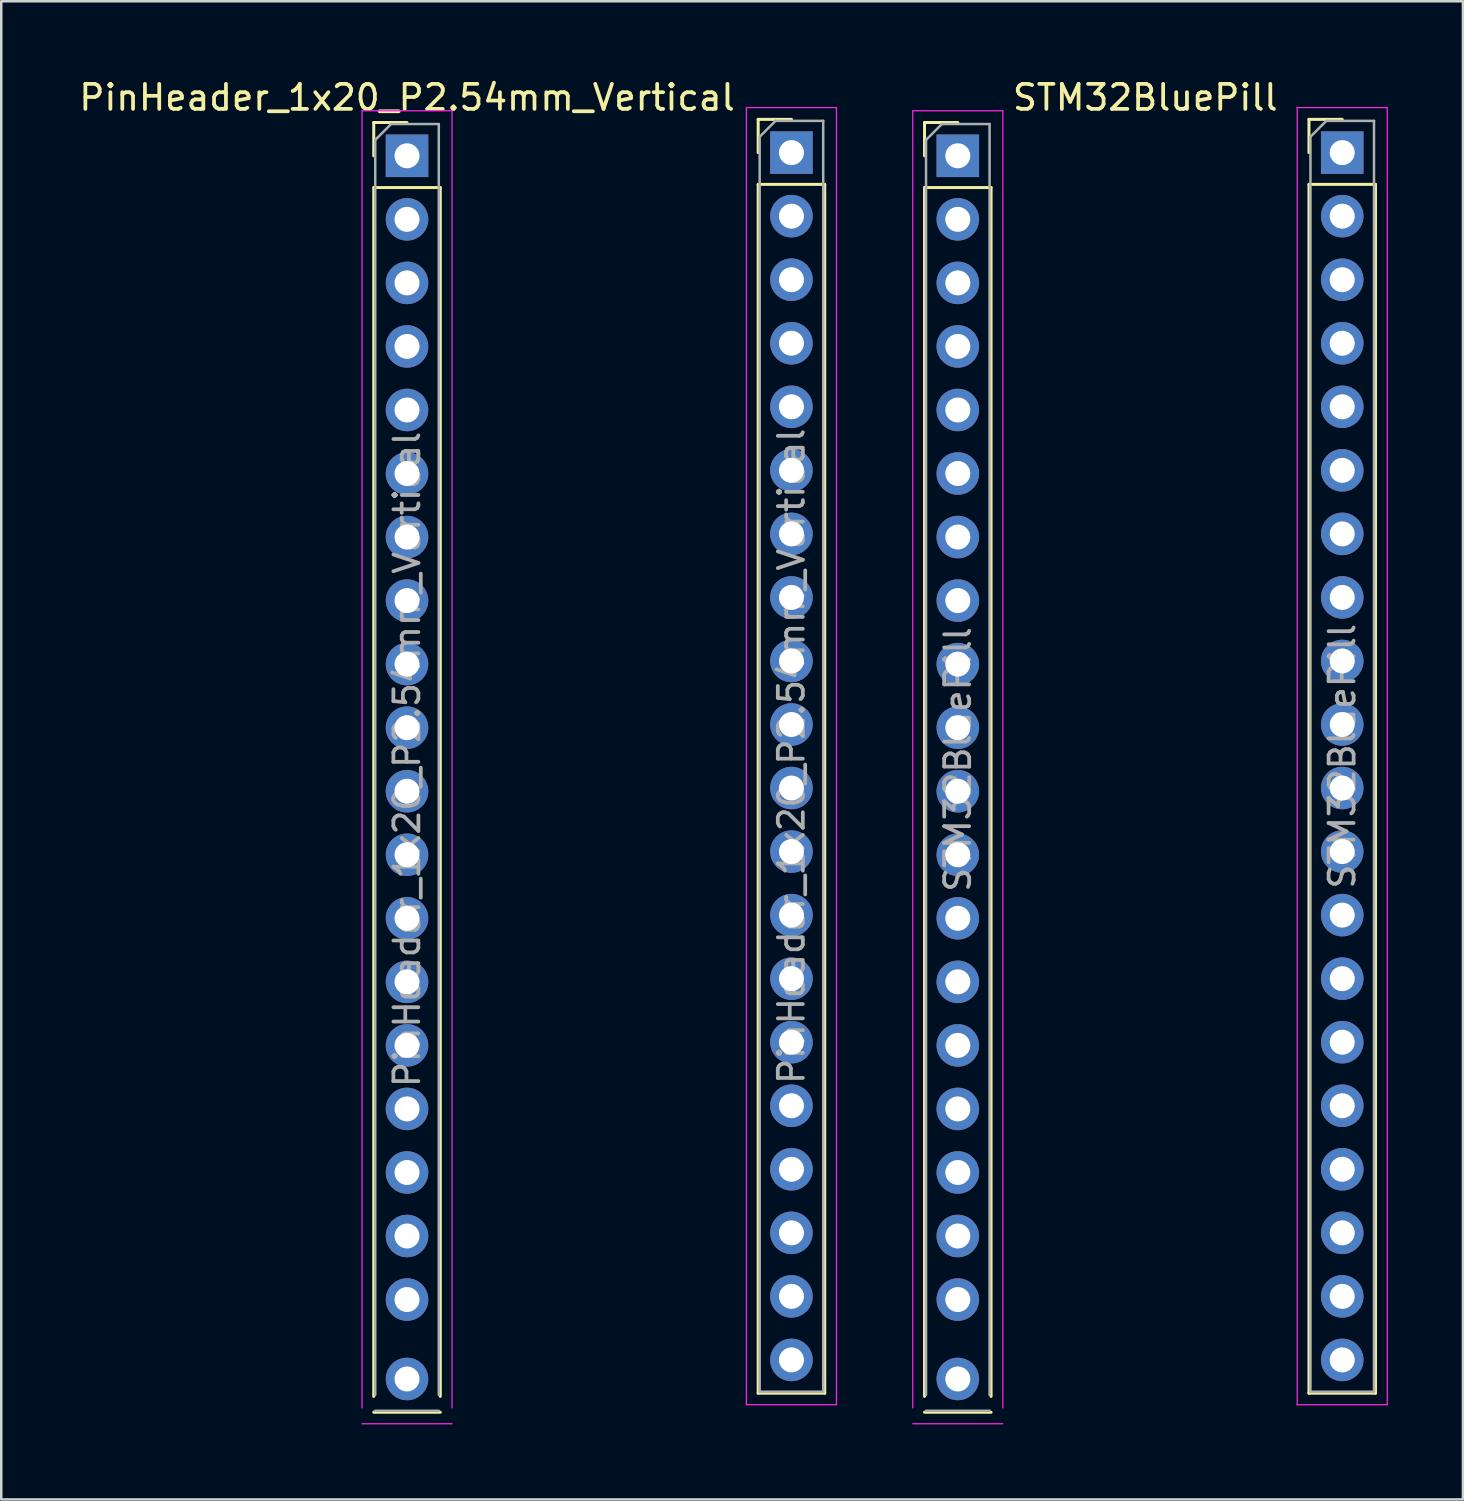
<source format=kicad_pcb>
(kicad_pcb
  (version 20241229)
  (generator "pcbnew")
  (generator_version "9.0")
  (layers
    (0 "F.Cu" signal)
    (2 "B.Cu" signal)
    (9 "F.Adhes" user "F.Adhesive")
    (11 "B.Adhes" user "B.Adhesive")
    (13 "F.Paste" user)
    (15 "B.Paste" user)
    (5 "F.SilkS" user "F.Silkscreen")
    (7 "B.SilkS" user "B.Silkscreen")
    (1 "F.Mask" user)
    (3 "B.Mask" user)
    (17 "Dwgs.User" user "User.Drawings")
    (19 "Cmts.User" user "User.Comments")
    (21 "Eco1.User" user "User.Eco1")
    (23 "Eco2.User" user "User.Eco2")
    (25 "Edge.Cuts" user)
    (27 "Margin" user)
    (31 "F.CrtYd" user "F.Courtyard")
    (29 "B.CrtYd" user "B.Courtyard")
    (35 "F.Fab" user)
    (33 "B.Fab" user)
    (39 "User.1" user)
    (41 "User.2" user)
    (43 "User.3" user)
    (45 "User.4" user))
  (footprint "PinHeader_1x20_P2.54mm_Vertical"
    (layer "F.Cu")
    (at 20.713 25.911)
    (property "Reference" "PinHeader_1x20_P2.54mm_Vertical" (at -7.493 -25.063 0) (layer "F.SilkS") (effects (font (size 1 1) (thickness 0.15))))
    (attr through_hole)
    (fp_line (start -8.823 -24.063) (end -7.493 -24.063) (stroke (width 0.12) (type solid)) (layer "F.SilkS"))
    (fp_line (start -8.823 -22.733) (end -8.823 -24.063) (stroke (width 0.12) (type solid)) (layer "F.SilkS"))
    (fp_line (start -8.823 -21.463) (end -8.823 26.857) (stroke (width 0.12) (type solid)) (layer "F.SilkS"))
    (fp_line (start -8.823 -21.463) (end -6.163 -21.463) (stroke (width 0.12) (type solid)) (layer "F.SilkS"))
    (fp_line (start -8.823 27.492) (end -6.163 27.492) (stroke (width 0.12) (type solid)) (layer "F.SilkS"))
    (fp_line (start -6.163 -21.463) (end -6.163 26.857) (stroke (width 0.12) (type solid)) (layer "F.SilkS"))
    (fp_line (start 6.544 -24.19) (end 7.874 -24.19) (stroke (width 0.12) (type solid)) (layer "F.SilkS"))
    (fp_line (start 6.544 -22.86) (end 6.544 -24.19) (stroke (width 0.12) (type solid)) (layer "F.SilkS"))
    (fp_line (start 6.544 -21.59) (end 6.544 26.73) (stroke (width 0.12) (type solid)) (layer "F.SilkS"))
    (fp_line (start 6.544 -21.59) (end 9.204 -21.59) (stroke (width 0.12) (type solid)) (layer "F.SilkS"))
    (fp_line (start 6.544 26.73) (end 9.204 26.73) (stroke (width 0.12) (type solid)) (layer "F.SilkS"))
    (fp_line (start 9.204 -21.59) (end 9.204 26.73) (stroke (width 0.12) (type solid)) (layer "F.SilkS"))
    (fp_line (start -9.293 -24.533) (end -9.293 27.317) (stroke (width 0.05) (type solid)) (layer "F.CrtYd"))
    (fp_line (start -9.293 27.952) (end -5.693 27.952) (stroke (width 0.05) (type solid)) (layer "F.CrtYd"))
    (fp_line (start -5.693 -24.533) (end -9.293 -24.533) (stroke (width 0.05) (type solid)) (layer "F.CrtYd"))
    (fp_line (start -5.693 27.317) (end -5.693 -24.533) (stroke (width 0.05) (type solid)) (layer "F.CrtYd"))
    (fp_line (start 6.074 -24.66) (end 6.074 27.19) (stroke (width 0.05) (type solid)) (layer "F.CrtYd"))
    (fp_line (start 6.074 27.19) (end 9.674 27.19) (stroke (width 0.05) (type solid)) (layer "F.CrtYd"))
    (fp_line (start 9.674 -24.66) (end 6.074 -24.66) (stroke (width 0.05) (type solid)) (layer "F.CrtYd"))
    (fp_line (start 9.674 27.19) (end 9.674 -24.66) (stroke (width 0.05) (type solid)) (layer "F.CrtYd"))
    (fp_line (start -8.763 -23.368) (end -8.128 -24.003) (stroke (width 0.1) (type solid)) (layer "F.Fab"))
    (fp_line (start -8.763 26.797) (end -8.763 -23.368) (stroke (width 0.1) (type solid)) (layer "F.Fab"))
    (fp_line (start -8.128 -24.003) (end -6.223 -24.003) (stroke (width 0.1) (type solid)) (layer "F.Fab"))
    (fp_line (start -6.223 -24.003) (end -6.223 26.797) (stroke (width 0.1) (type solid)) (layer "F.Fab"))
    (fp_line (start -6.223 27.432) (end -8.763 27.432) (stroke (width 0.1) (type solid)) (layer "F.Fab"))
    (fp_line (start 6.604 -23.495) (end 7.239 -24.13) (stroke (width 0.1) (type solid)) (layer "F.Fab"))
    (fp_line (start 6.604 26.67) (end 6.604 -23.495) (stroke (width 0.1) (type solid)) (layer "F.Fab"))
    (fp_line (start 7.239 -24.13) (end 9.144 -24.13) (stroke (width 0.1) (type solid)) (layer "F.Fab"))
    (fp_line (start 9.144 -24.13) (end 9.144 26.67) (stroke (width 0.1) (type solid)) (layer "F.Fab"))
    (fp_line (start 9.144 26.67) (end 6.604 26.67) (stroke (width 0.1) (type solid)) (layer "F.Fab"))
    (fp_text user "${REFERENCE}" (at 7.874 1.27 90) (layer "F.Fab") (effects (font (size 1 1) (thickness 0.15))))
    (fp_text user "${REFERENCE}" (at -7.493 1.397 90) (layer "F.Fab") (effects (font (size 1 1) (thickness 0.15))))
    (pad "1" thru_hole rect (at -7.493 -22.733) (size 1.7 1.7) (drill 1) (layers "*.Cu" "*.Mask"))
    (pad "1" thru_hole rect (at 7.874 -22.86) (size 1.7 1.7) (drill 1) (layers "*.Cu" "*.Mask"))
    (pad "2" thru_hole oval (at -7.493 -20.193) (size 1.7 1.7) (drill 1) (layers "*.Cu" "*.Mask"))
    (pad "2" thru_hole oval (at 7.874 -20.32) (size 1.7 1.7) (drill 1) (layers "*.Cu" "*.Mask"))
    (pad "3" thru_hole oval (at -7.493 -17.653) (size 1.7 1.7) (drill 1) (layers "*.Cu" "*.Mask"))
    (pad "3" thru_hole oval (at 7.874 -17.78) (size 1.7 1.7) (drill 1) (layers "*.Cu" "*.Mask"))
    (pad "4" thru_hole oval (at -7.493 -15.113) (size 1.7 1.7) (drill 1) (layers "*.Cu" "*.Mask"))
    (pad "4" thru_hole oval (at 7.874 -15.24) (size 1.7 1.7) (drill 1) (layers "*.Cu" "*.Mask"))
    (pad "5" thru_hole oval (at -7.493 -12.573) (size 1.7 1.7) (drill 1) (layers "*.Cu" "*.Mask"))
    (pad "5" thru_hole oval (at 7.874 -12.7) (size 1.7 1.7) (drill 1) (layers "*.Cu" "*.Mask"))
    (pad "6" thru_hole oval (at -7.493 -10.033) (size 1.7 1.7) (drill 1) (layers "*.Cu" "*.Mask"))
    (pad "6" thru_hole oval (at 7.874 -10.16) (size 1.7 1.7) (drill 1) (layers "*.Cu" "*.Mask"))
    (pad "7" thru_hole oval (at -7.493 -7.493) (size 1.7 1.7) (drill 1) (layers "*.Cu" "*.Mask"))
    (pad "7" thru_hole oval (at 7.874 -7.62) (size 1.7 1.7) (drill 1) (layers "*.Cu" "*.Mask"))
    (pad "8" thru_hole oval (at -7.493 -4.953) (size 1.7 1.7) (drill 1) (layers "*.Cu" "*.Mask"))
    (pad "8" thru_hole oval (at 7.874 -5.08) (size 1.7 1.7) (drill 1) (layers "*.Cu" "*.Mask"))
    (pad "9" thru_hole oval (at -7.493 -2.413) (size 1.7 1.7) (drill 1) (layers "*.Cu" "*.Mask"))
    (pad "9" thru_hole oval (at 7.874 -2.54) (size 1.7 1.7) (drill 1) (layers "*.Cu" "*.Mask"))
    (pad "10" thru_hole oval (at -7.493 0.127) (size 1.7 1.7) (drill 1) (layers "*.Cu" "*.Mask"))
    (pad "10" thru_hole oval (at 7.874 0) (size 1.7 1.7) (drill 1) (layers "*.Cu" "*.Mask"))
    (pad "11" thru_hole oval (at -7.493 2.667) (size 1.7 1.7) (drill 1) (layers "*.Cu" "*.Mask"))
    (pad "11" thru_hole oval (at 7.874 2.54) (size 1.7 1.7) (drill 1) (layers "*.Cu" "*.Mask"))
    (pad "12" thru_hole oval (at -7.493 5.207) (size 1.7 1.7) (drill 1) (layers "*.Cu" "*.Mask"))
    (pad "12" thru_hole oval (at 7.874 5.08) (size 1.7 1.7) (drill 1) (layers "*.Cu" "*.Mask"))
    (pad "13" thru_hole oval (at -7.493 7.747) (size 1.7 1.7) (drill 1) (layers "*.Cu" "*.Mask"))
    (pad "13" thru_hole oval (at 7.874 7.62) (size 1.7 1.7) (drill 1) (layers "*.Cu" "*.Mask"))
    (pad "14" thru_hole oval (at -7.493 10.287) (size 1.7 1.7) (drill 1) (layers "*.Cu" "*.Mask"))
    (pad "14" thru_hole oval (at 7.874 10.16) (size 1.7 1.7) (drill 1) (layers "*.Cu" "*.Mask"))
    (pad "15" thru_hole oval (at -7.493 12.827) (size 1.7 1.7) (drill 1) (layers "*.Cu" "*.Mask"))
    (pad "15" thru_hole oval (at 7.874 12.7) (size 1.7 1.7) (drill 1) (layers "*.Cu" "*.Mask"))
    (pad "16" thru_hole oval (at -7.493 15.367) (size 1.7 1.7) (drill 1) (layers "*.Cu" "*.Mask"))
    (pad "16" thru_hole oval (at 7.874 15.24) (size 1.7 1.7) (drill 1) (layers "*.Cu" "*.Mask"))
    (pad "17" thru_hole oval (at -7.493 17.907) (size 1.7 1.7) (drill 1) (layers "*.Cu" "*.Mask"))
    (pad "17" thru_hole oval (at 7.874 17.78) (size 1.7 1.7) (drill 1) (layers "*.Cu" "*.Mask"))
    (pad "18" thru_hole oval (at -7.493 20.447) (size 1.7 1.7) (drill 1) (layers "*.Cu" "*.Mask"))
    (pad "18" thru_hole oval (at 7.874 20.32) (size 1.7 1.7) (drill 1) (layers "*.Cu" "*.Mask"))
    (pad "19" thru_hole oval (at -7.493 22.987) (size 1.7 1.7) (drill 1) (layers "*.Cu" "*.Mask"))
    (pad "19" thru_hole oval (at 7.874 22.86) (size 1.7 1.7) (drill 1) (layers "*.Cu" "*.Mask"))
    (pad "20" thru_hole oval (at -7.493 26.162) (size 1.7 1.7) (drill 1) (layers "*.Cu" "*.Mask"))
    (pad "20" thru_hole oval (at 7.874 25.4) (size 1.7 1.7) (drill 1) (layers "*.Cu" "*.Mask")))
  (footprint "STM32BluePill"
    (layer "F.Cu")
    (at 42.73 25.911)
    (property "Reference" "STM32BluePill" (at 0 -25.063 0) (layer "F.SilkS") (effects (font (size 1 1) (thickness 0.15))))
    (attr through_hole)
    (fp_line (start -8.823 -24.063) (end -7.493 -24.063) (stroke (width 0.12) (type solid)) (layer "F.SilkS"))
    (fp_line (start -8.823 -22.733) (end -8.823 -24.063) (stroke (width 0.12) (type solid)) (layer "F.SilkS"))
    (fp_line (start -8.823 -21.463) (end -8.823 26.857) (stroke (width 0.12) (type solid)) (layer "F.SilkS"))
    (fp_line (start -8.823 -21.463) (end -6.163 -21.463) (stroke (width 0.12) (type solid)) (layer "F.SilkS"))
    (fp_line (start -8.823 27.492) (end -6.163 27.492) (stroke (width 0.12) (type solid)) (layer "F.SilkS"))
    (fp_line (start -6.163 -21.463) (end -6.163 26.857) (stroke (width 0.12) (type solid)) (layer "F.SilkS"))
    (fp_line (start 6.544 -24.19) (end 7.874 -24.19) (stroke (width 0.12) (type solid)) (layer "F.SilkS"))
    (fp_line (start 6.544 -22.86) (end 6.544 -24.19) (stroke (width 0.12) (type solid)) (layer "F.SilkS"))
    (fp_line (start 6.544 -21.59) (end 6.544 26.73) (stroke (width 0.12) (type solid)) (layer "F.SilkS"))
    (fp_line (start 6.544 -21.59) (end 9.204 -21.59) (stroke (width 0.12) (type solid)) (layer "F.SilkS"))
    (fp_line (start 6.544 26.73) (end 9.204 26.73) (stroke (width 0.12) (type solid)) (layer "F.SilkS"))
    (fp_line (start 9.204 -21.59) (end 9.204 26.73) (stroke (width 0.12) (type solid)) (layer "F.SilkS"))
    (fp_line (start -9.293 -24.533) (end -9.293 27.317) (stroke (width 0.05) (type solid)) (layer "F.CrtYd"))
    (fp_line (start -9.293 27.952) (end -5.693 27.952) (stroke (width 0.05) (type solid)) (layer "F.CrtYd"))
    (fp_line (start -5.693 -24.533) (end -9.293 -24.533) (stroke (width 0.05) (type solid)) (layer "F.CrtYd"))
    (fp_line (start -5.693 27.317) (end -5.693 -24.533) (stroke (width 0.05) (type solid)) (layer "F.CrtYd"))
    (fp_line (start 6.074 -24.66) (end 6.074 27.19) (stroke (width 0.05) (type solid)) (layer "F.CrtYd"))
    (fp_line (start 6.074 27.19) (end 9.674 27.19) (stroke (width 0.05) (type solid)) (layer "F.CrtYd"))
    (fp_line (start 9.674 -24.66) (end 6.074 -24.66) (stroke (width 0.05) (type solid)) (layer "F.CrtYd"))
    (fp_line (start 9.674 27.19) (end 9.674 -24.66) (stroke (width 0.05) (type solid)) (layer "F.CrtYd"))
    (fp_line (start -8.763 -23.368) (end -8.128 -24.003) (stroke (width 0.1) (type solid)) (layer "F.Fab"))
    (fp_line (start -8.763 26.797) (end -8.763 -23.368) (stroke (width 0.1) (type solid)) (layer "F.Fab"))
    (fp_line (start -8.128 -24.003) (end -6.223 -24.003) (stroke (width 0.1) (type solid)) (layer "F.Fab"))
    (fp_line (start -6.223 -24.003) (end -6.223 26.797) (stroke (width 0.1) (type solid)) (layer "F.Fab"))
    (fp_line (start -6.223 27.432) (end -8.763 27.432) (stroke (width 0.1) (type solid)) (layer "F.Fab"))
    (fp_line (start 6.604 -23.495) (end 7.239 -24.13) (stroke (width 0.1) (type solid)) (layer "F.Fab"))
    (fp_line (start 6.604 26.67) (end 6.604 -23.495) (stroke (width 0.1) (type solid)) (layer "F.Fab"))
    (fp_line (start 7.239 -24.13) (end 9.144 -24.13) (stroke (width 0.1) (type solid)) (layer "F.Fab"))
    (fp_line (start 9.144 -24.13) (end 9.144 26.67) (stroke (width 0.1) (type solid)) (layer "F.Fab"))
    (fp_line (start 9.144 26.67) (end 6.604 26.67) (stroke (width 0.1) (type solid)) (layer "F.Fab"))
    (fp_text user "${REFERENCE}" (at 7.874 1.27 90) (layer "F.Fab") (effects (font (size 1 1) (thickness 0.15))))
    (fp_text user "${REFERENCE}" (at -7.493 1.397 90) (layer "F.Fab") (effects (font (size 1 1) (thickness 0.15))))
    (pad "1" thru_hole rect (at -7.493 -22.733) (size 1.7 1.7) (drill 1) (layers "*.Cu" "*.Mask"))
    (pad "1" thru_hole rect (at 7.874 -22.86) (size 1.7 1.7) (drill 1) (layers "*.Cu" "*.Mask"))
    (pad "2" thru_hole oval (at -7.493 -20.193) (size 1.7 1.7) (drill 1) (layers "*.Cu" "*.Mask"))
    (pad "2" thru_hole oval (at 7.874 -20.32) (size 1.7 1.7) (drill 1) (layers "*.Cu" "*.Mask"))
    (pad "3" thru_hole oval (at -7.493 -17.653) (size 1.7 1.7) (drill 1) (layers "*.Cu" "*.Mask"))
    (pad "3" thru_hole oval (at 7.874 -17.78) (size 1.7 1.7) (drill 1) (layers "*.Cu" "*.Mask"))
    (pad "4" thru_hole oval (at -7.493 -15.113) (size 1.7 1.7) (drill 1) (layers "*.Cu" "*.Mask"))
    (pad "4" thru_hole oval (at 7.874 -15.24) (size 1.7 1.7) (drill 1) (layers "*.Cu" "*.Mask"))
    (pad "5" thru_hole oval (at -7.493 -12.573) (size 1.7 1.7) (drill 1) (layers "*.Cu" "*.Mask"))
    (pad "5" thru_hole oval (at 7.874 -12.7) (size 1.7 1.7) (drill 1) (layers "*.Cu" "*.Mask"))
    (pad "6" thru_hole oval (at -7.493 -10.033) (size 1.7 1.7) (drill 1) (layers "*.Cu" "*.Mask"))
    (pad "6" thru_hole oval (at 7.874 -10.16) (size 1.7 1.7) (drill 1) (layers "*.Cu" "*.Mask"))
    (pad "7" thru_hole oval (at -7.493 -7.493) (size 1.7 1.7) (drill 1) (layers "*.Cu" "*.Mask"))
    (pad "7" thru_hole oval (at 7.874 -7.62) (size 1.7 1.7) (drill 1) (layers "*.Cu" "*.Mask"))
    (pad "8" thru_hole oval (at -7.493 -4.953) (size 1.7 1.7) (drill 1) (layers "*.Cu" "*.Mask"))
    (pad "8" thru_hole oval (at 7.874 -5.08) (size 1.7 1.7) (drill 1) (layers "*.Cu" "*.Mask"))
    (pad "9" thru_hole oval (at -7.493 -2.413) (size 1.7 1.7) (drill 1) (layers "*.Cu" "*.Mask"))
    (pad "9" thru_hole oval (at 7.874 -2.54) (size 1.7 1.7) (drill 1) (layers "*.Cu" "*.Mask"))
    (pad "10" thru_hole oval (at -7.493 0.127) (size 1.7 1.7) (drill 1) (layers "*.Cu" "*.Mask"))
    (pad "10" thru_hole oval (at 7.874 0) (size 1.7 1.7) (drill 1) (layers "*.Cu" "*.Mask"))
    (pad "11" thru_hole oval (at -7.493 2.667) (size 1.7 1.7) (drill 1) (layers "*.Cu" "*.Mask"))
    (pad "11" thru_hole oval (at 7.874 2.54) (size 1.7 1.7) (drill 1) (layers "*.Cu" "*.Mask"))
    (pad "12" thru_hole oval (at -7.493 5.207) (size 1.7 1.7) (drill 1) (layers "*.Cu" "*.Mask"))
    (pad "12" thru_hole oval (at 7.874 5.08) (size 1.7 1.7) (drill 1) (layers "*.Cu" "*.Mask"))
    (pad "13" thru_hole oval (at -7.493 7.747) (size 1.7 1.7) (drill 1) (layers "*.Cu" "*.Mask"))
    (pad "13" thru_hole oval (at 7.874 7.62) (size 1.7 1.7) (drill 1) (layers "*.Cu" "*.Mask"))
    (pad "14" thru_hole oval (at -7.493 10.287) (size 1.7 1.7) (drill 1) (layers "*.Cu" "*.Mask"))
    (pad "14" thru_hole oval (at 7.874 10.16) (size 1.7 1.7) (drill 1) (layers "*.Cu" "*.Mask"))
    (pad "15" thru_hole oval (at -7.493 12.827) (size 1.7 1.7) (drill 1) (layers "*.Cu" "*.Mask"))
    (pad "15" thru_hole oval (at 7.874 12.7) (size 1.7 1.7) (drill 1) (layers "*.Cu" "*.Mask"))
    (pad "16" thru_hole oval (at -7.493 15.367) (size 1.7 1.7) (drill 1) (layers "*.Cu" "*.Mask"))
    (pad "16" thru_hole oval (at 7.874 15.24) (size 1.7 1.7) (drill 1) (layers "*.Cu" "*.Mask"))
    (pad "17" thru_hole oval (at -7.493 17.907) (size 1.7 1.7) (drill 1) (layers "*.Cu" "*.Mask"))
    (pad "17" thru_hole oval (at 7.874 17.78) (size 1.7 1.7) (drill 1) (layers "*.Cu" "*.Mask"))
    (pad "18" thru_hole oval (at -7.493 20.447) (size 1.7 1.7) (drill 1) (layers "*.Cu" "*.Mask"))
    (pad "18" thru_hole oval (at 7.874 20.32) (size 1.7 1.7) (drill 1) (layers "*.Cu" "*.Mask"))
    (pad "19" thru_hole oval (at -7.493 22.987) (size 1.7 1.7) (drill 1) (layers "*.Cu" "*.Mask"))
    (pad "19" thru_hole oval (at 7.874 22.86) (size 1.7 1.7) (drill 1) (layers "*.Cu" "*.Mask"))
    (pad "20" thru_hole oval (at -7.493 26.162) (size 1.7 1.7) (drill 1) (layers "*.Cu" "*.Mask"))
    (pad "20" thru_hole oval (at 7.874 25.4) (size 1.7 1.7) (drill 1) (layers "*.Cu" "*.Mask")))
  (gr_rect
    (start -3 -3)
    (end 55.429 56.888)
    (stroke (width 0.1) (type default))
    (fill no)
    (layer "Edge.Cuts")))
</source>
